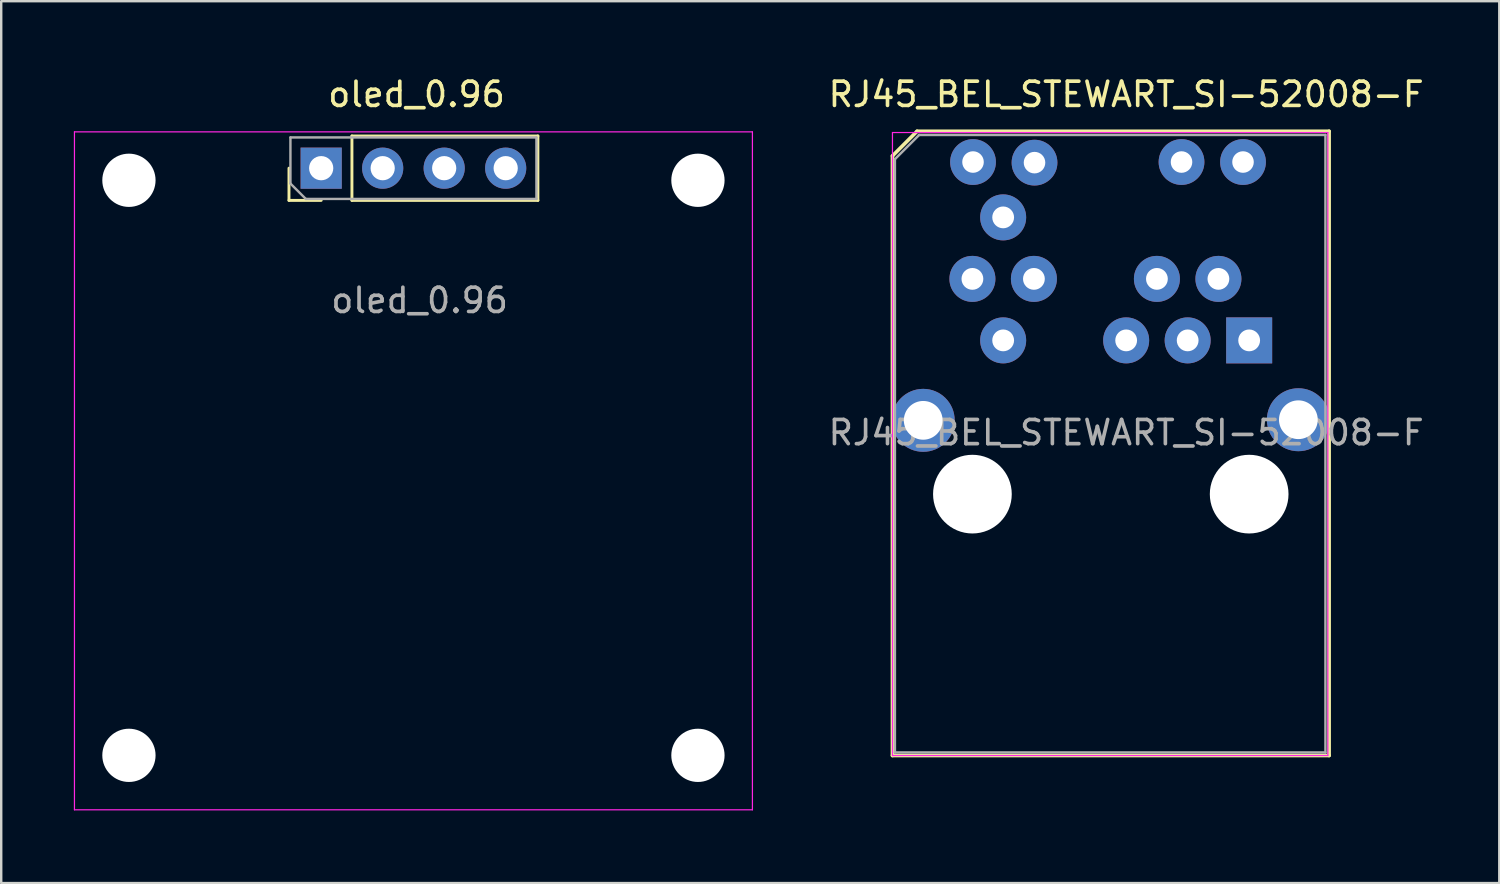
<source format=kicad_pcb>
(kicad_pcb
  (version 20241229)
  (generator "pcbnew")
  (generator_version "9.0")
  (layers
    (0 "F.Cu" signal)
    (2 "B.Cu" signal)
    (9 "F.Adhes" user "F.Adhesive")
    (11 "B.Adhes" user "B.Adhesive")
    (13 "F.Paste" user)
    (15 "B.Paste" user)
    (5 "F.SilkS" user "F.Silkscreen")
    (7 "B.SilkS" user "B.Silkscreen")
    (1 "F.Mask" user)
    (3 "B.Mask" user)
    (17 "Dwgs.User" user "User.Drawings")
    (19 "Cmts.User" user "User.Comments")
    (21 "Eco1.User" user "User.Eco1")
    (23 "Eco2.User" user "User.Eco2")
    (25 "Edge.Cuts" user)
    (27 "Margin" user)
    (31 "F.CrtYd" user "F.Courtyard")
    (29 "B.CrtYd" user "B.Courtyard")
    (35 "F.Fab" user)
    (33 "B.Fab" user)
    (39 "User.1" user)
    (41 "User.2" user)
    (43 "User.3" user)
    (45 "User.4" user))
  (footprint "oled_0.96"
    (layer "F.Cu")
    (at 14.025 3.896)
    (property "Reference" "oled_0.96" (at 0.127 -3.048 180) (layer "F.SilkS") (effects (font (size 1 1) (thickness 0.15))))
    (attr through_hole)
    (fp_line (start -5.14 1.33) (end -5.14 0) (stroke (width 0.12) (type solid)) (layer "F.SilkS"))
    (fp_line (start -3.81 1.33) (end -5.14 1.33) (stroke (width 0.12) (type solid)) (layer "F.SilkS"))
    (fp_line (start -2.54 -1.33) (end 5.14 -1.33) (stroke (width 0.12) (type solid)) (layer "F.SilkS"))
    (fp_line (start -2.54 1.33) (end -2.54 -1.33) (stroke (width 0.12) (type solid)) (layer "F.SilkS"))
    (fp_line (start -2.54 1.33) (end 5.14 1.33) (stroke (width 0.12) (type solid)) (layer "F.SilkS"))
    (fp_line (start 5.14 1.33) (end 5.14 -1.33) (stroke (width 0.12) (type solid)) (layer "F.SilkS"))
    (fp_line (start -14 -1.5) (end -14 26.5) (stroke (width 0.05) (type solid)) (layer "F.CrtYd"))
    (fp_line (start -14 26.5) (end 14 26.5) (stroke (width 0.05) (type solid)) (layer "F.CrtYd"))
    (fp_line (start 14 -1.5) (end -14 -1.5) (stroke (width 0.05) (type solid)) (layer "F.CrtYd"))
    (fp_line (start 14 26.5) (end 14 -1.5) (stroke (width 0.05) (type solid)) (layer "F.CrtYd"))
    (fp_line (start -5.08 -1.27) (end 5.08 -1.27) (stroke (width 0.1) (type solid)) (layer "F.Fab"))
    (fp_line (start -5.08 0.635) (end -5.08 -1.27) (stroke (width 0.1) (type solid)) (layer "F.Fab"))
    (fp_line (start -4.445 1.27) (end -5.08 0.635) (stroke (width 0.1) (type solid)) (layer "F.Fab"))
    (fp_line (start 5.08 -1.27) (end 5.08 1.27) (stroke (width 0.1) (type solid)) (layer "F.Fab"))
    (fp_line (start 5.08 1.27) (end -4.445 1.27) (stroke (width 0.1) (type solid)) (layer "F.Fab"))
    (fp_text user "${REFERENCE}" (at 0.254 5.461 180) (layer "F.Fab") (effects (font (size 1 1) (thickness 0.15))))
    (pad "" np_thru_hole circle (at -11.75 0.5) (size 2.2 2.2) (drill 2.2) (layers "*.Cu" "*.Mask"))
    (pad "" np_thru_hole circle (at -11.75 24.25) (size 2.2 2.2) (drill 2.2) (layers "*.Cu" "*.Mask"))
    (pad "" np_thru_hole circle (at 11.75 0.5) (size 2.2 2.2) (drill 2.2) (layers "*.Cu" "*.Mask"))
    (pad "" np_thru_hole circle (at 11.75 24.25) (size 2.2 2.2) (drill 2.2) (layers "*.Cu" "*.Mask"))
    (pad "1" thru_hole rect (at -3.81 0 90) (size 1.7 1.7) (drill 1) (layers "*.Cu" "*.Mask"))
    (pad "2" thru_hole oval (at -1.27 0 90) (size 1.7 1.7) (drill 1) (layers "*.Cu" "*.Mask"))
    (pad "3" thru_hole oval (at 1.27 0 90) (size 1.7 1.7) (drill 1) (layers "*.Cu" "*.Mask"))
    (pad "4" thru_hole oval (at 3.81 0 90) (size 1.7 1.7) (drill 1) (layers "*.Cu" "*.Mask")))
  (footprint "RJ45_BEL_STEWART_SI-52008-F"
    (layer "F.Cu")
    (at 48.541 11.008)
    (property "Reference" "RJ45_BEL_STEWART_SI-52008-F" (at -5.08 -10.16 0) (layer "F.SilkS") (effects (font (size 1 1) (thickness 0.15))))
    (attr through_hole)
    (fp_line (start -14.732 17.145) (end -14.732 -7.62) (stroke (width 0.15) (type solid)) (layer "F.SilkS"))
    (fp_line (start -13.716 -8.636) (end -14.732 -7.62) (stroke (width 0.15) (type solid)) (layer "F.SilkS"))
    (fp_line (start -13.716 -8.636) (end 3.302 -8.636) (stroke (width 0.15) (type solid)) (layer "F.SilkS"))
    (fp_line (start 3.302 -8.636) (end 3.302 17.145) (stroke (width 0.15) (type solid)) (layer "F.SilkS"))
    (fp_line (start 3.302 17.145) (end -14.732 17.145) (stroke (width 0.15) (type solid)) (layer "F.SilkS"))
    (fp_line (start -14.732 -8.585) (end -14.732 17.145) (stroke (width 0.05) (type solid)) (layer "F.CrtYd"))
    (fp_line (start 3.251 -8.585) (end -14.732 -8.585) (stroke (width 0.05) (type solid)) (layer "F.CrtYd"))
    (fp_line (start 3.251 17.145) (end -14.732 17.145) (stroke (width 0.05) (type solid)) (layer "F.CrtYd"))
    (fp_line (start 3.251 17.145) (end 3.251 -8.585) (stroke (width 0.05) (type solid)) (layer "F.CrtYd"))
    (fp_line (start -14.63 -7.484) (end -13.63 -8.484) (stroke (width 0.1) (type solid)) (layer "F.Fab"))
    (fp_line (start -14.63 17.018) (end -14.63 -7.484) (stroke (width 0.1) (type solid)) (layer "F.Fab"))
    (fp_line (start -13.64 -8.484) (end 3.15 -8.484) (stroke (width 0.1) (type solid)) (layer "F.Fab"))
    (fp_line (start 3.15 -8.484) (end 3.15 17.018) (stroke (width 0.1) (type solid)) (layer "F.Fab"))
    (fp_line (start 3.15 17.018) (end -14.63 17.018) (stroke (width 0.1) (type solid)) (layer "F.Fab"))
    (fp_text user "${REFERENCE}" (at -5.08 3.81 0) (layer "F.Fab") (effects (font (size 1 1) (thickness 0.15))))
    (pad "" np_thru_hole circle (at -11.43 6.35) (size 3.25 3.25) (drill 3.25) (layers "*.Cu" "*.Mask"))
    (pad "" np_thru_hole circle (at 0 6.35) (size 3.25 3.25) (drill 3.25) (layers "*.Cu" "*.Mask"))
    (pad "1" thru_hole rect (at 0 0) (size 1.9 1.9) (drill 0.9) (layers "*.Cu" "*.Mask"))
    (pad "2" thru_hole circle (at -1.27 -2.54) (size 1.9 1.9) (drill 0.9) (layers "*.Cu" "*.Mask"))
    (pad "3" thru_hole circle (at -2.54 0) (size 1.9 1.9) (drill 0.9) (layers "*.Cu" "*.Mask"))
    (pad "4" thru_hole circle (at -3.81 -2.54) (size 1.9 1.9) (drill 0.9) (layers "*.Cu" "*.Mask"))
    (pad "5" thru_hole circle (at -5.08 0) (size 1.9 1.9) (drill 0.9) (layers "*.Cu" "*.Mask"))
    (pad "8" thru_hole circle (at -8.89 -2.54) (size 1.9 1.9) (drill 0.9) (layers "*.Cu" "*.Mask"))
    (pad "9" thru_hole circle (at -10.16 0) (size 1.9 1.9) (drill 0.9) (layers "*.Cu" "*.Mask"))
    (pad "10" thru_hole circle (at -11.43 -2.54) (size 1.9 1.9) (drill 0.9) (layers "*.Cu" "*.Mask"))
    (pad "11" thru_hole circle (at -10.16 -5.08) (size 1.9 1.9) (drill 0.9) (layers "*.Cu" "*.Mask"))
    (pad "AG" thru_hole circle (at -11.405 -7.366) (size 1.89 1.89) (drill 0.89) (layers "*.Cu" "*.Mask"))
    (pad "AY" thru_hole circle (at -2.794 -7.366) (size 1.89 1.89) (drill 0.89) (layers "*.Cu" "*.Mask"))
    (pad "KG" thru_hole circle (at -8.865 -7.341) (size 1.89 1.89) (drill 0.89) (layers "*.Cu" "*.Mask"))
    (pad "KY" thru_hole circle (at -0.254 -7.366) (size 1.89 1.89) (drill 0.89) (layers "*.Cu" "*.Mask"))
    (pad "SH" thru_hole circle (at -13.462 3.302) (size 2.6 2.6) (drill 1.6) (layers "*.Cu" "*.Mask"))
    (pad "SH" thru_hole circle (at 2.032 3.277) (size 2.6 2.6) (drill 1.6) (layers "*.Cu" "*.Mask")))
  (gr_rect
    (start -3 -3)
    (end 58.871 33.421)
    (stroke (width 0.1) (type default))
    (fill no)
    (layer "Edge.Cuts")))
</source>
